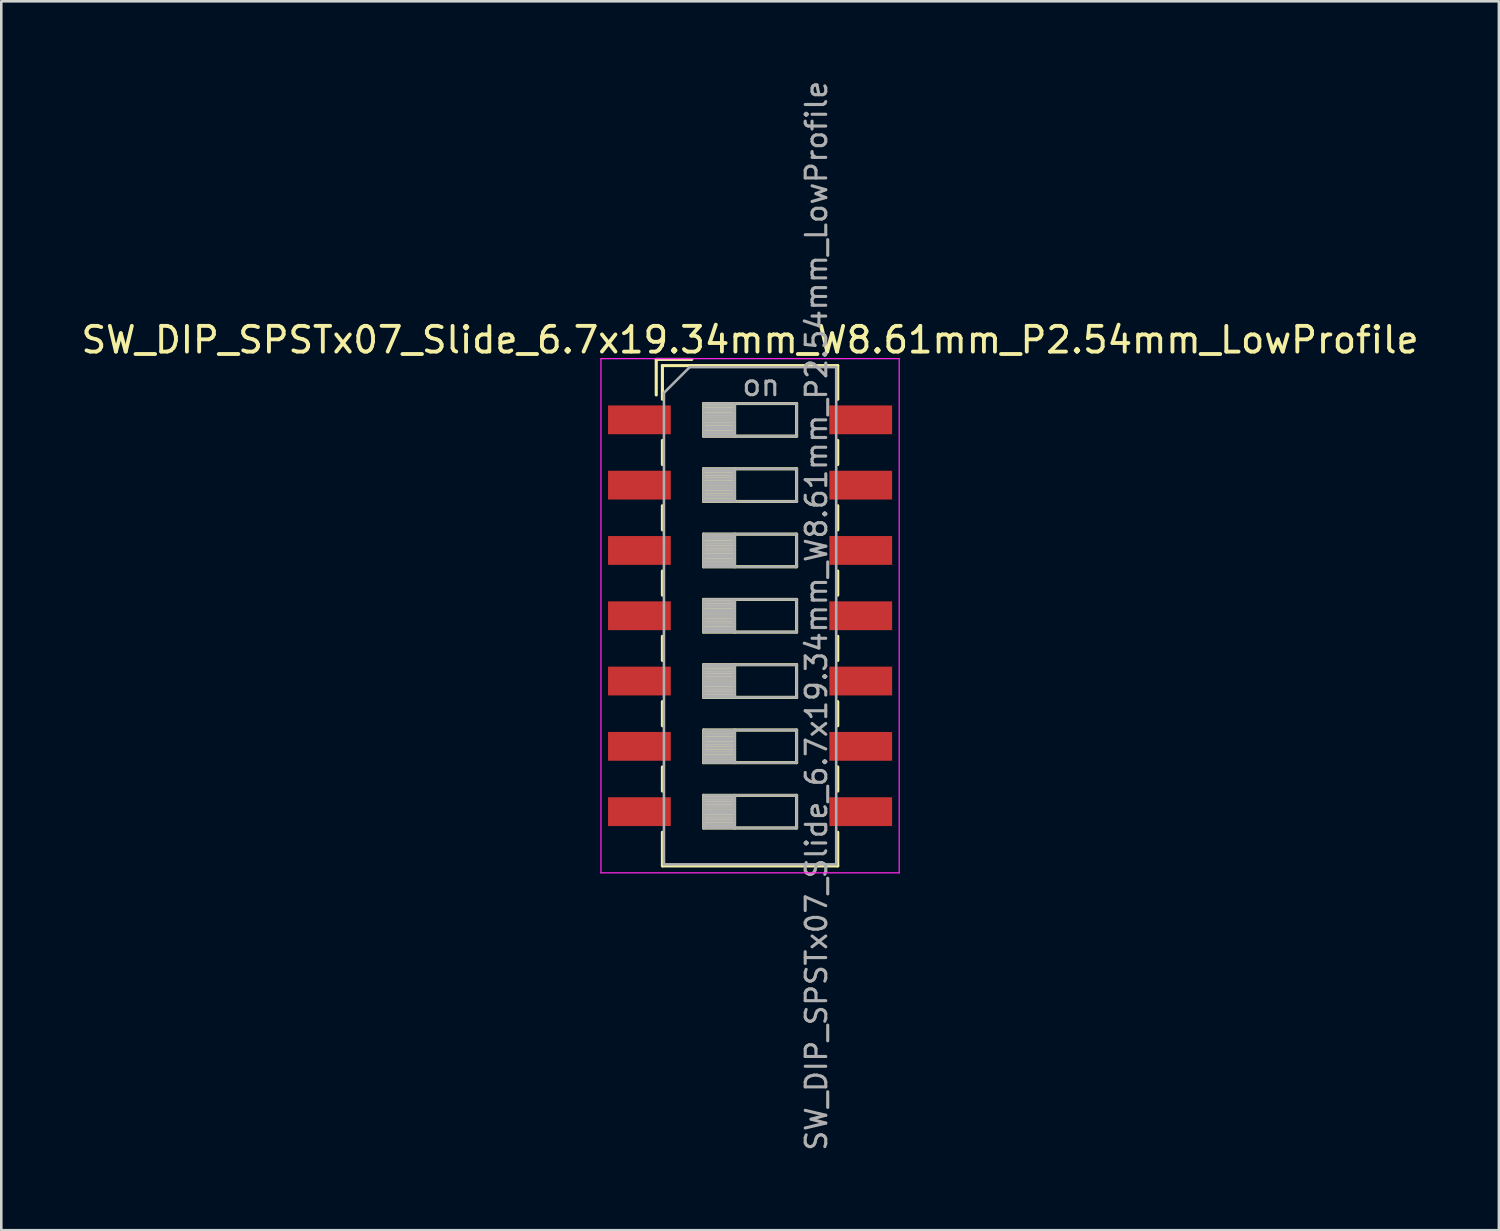
<source format=kicad_pcb>
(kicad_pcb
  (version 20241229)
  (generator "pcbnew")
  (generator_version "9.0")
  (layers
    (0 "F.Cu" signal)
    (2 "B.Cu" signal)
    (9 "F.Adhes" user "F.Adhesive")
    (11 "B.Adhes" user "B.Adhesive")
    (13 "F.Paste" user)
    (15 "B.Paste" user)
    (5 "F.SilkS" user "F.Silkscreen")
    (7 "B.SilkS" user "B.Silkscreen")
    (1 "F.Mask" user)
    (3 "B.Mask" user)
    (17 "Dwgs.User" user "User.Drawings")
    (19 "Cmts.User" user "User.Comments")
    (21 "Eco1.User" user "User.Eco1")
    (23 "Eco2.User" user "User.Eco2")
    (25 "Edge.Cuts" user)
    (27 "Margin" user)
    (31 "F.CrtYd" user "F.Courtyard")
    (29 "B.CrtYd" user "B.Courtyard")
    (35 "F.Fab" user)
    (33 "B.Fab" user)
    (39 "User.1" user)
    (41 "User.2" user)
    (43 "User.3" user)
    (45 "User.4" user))
  (footprint "SW_DIP_SPSTx07_Slide_6.7x19.34mm_W8.61mm_P2.54mm_LowProfile"
    (layer "F.Cu")
    (at 26.125 20.9)
    (property "Reference" "SW_DIP_SPSTx07_Slide_6.7x19.34mm_W8.61mm_P2.54mm_LowProfile" (at 0 -10.73 0) (layer "F.SilkS") (effects (font (size 1 1) (thickness 0.15))))
    (attr smd)
    (fp_line (start -3.65 -9.97) (end -3.65 -8.587) (stroke (width 0.12) (type solid)) (layer "F.SilkS"))
    (fp_line (start -3.65 -9.97) (end -2.267 -9.97) (stroke (width 0.12) (type solid)) (layer "F.SilkS"))
    (fp_line (start -3.41 -9.73) (end -3.41 -8.42) (stroke (width 0.12) (type solid)) (layer "F.SilkS"))
    (fp_line (start -3.41 -9.73) (end 3.41 -9.73) (stroke (width 0.12) (type solid)) (layer "F.SilkS"))
    (fp_line (start -3.41 -6.82) (end -3.41 -5.88) (stroke (width 0.12) (type solid)) (layer "F.SilkS"))
    (fp_line (start -3.41 -4.28) (end -3.41 -3.34) (stroke (width 0.12) (type solid)) (layer "F.SilkS"))
    (fp_line (start -3.41 -1.74) (end -3.41 -0.8) (stroke (width 0.12) (type solid)) (layer "F.SilkS"))
    (fp_line (start -3.41 0.8) (end -3.41 1.74) (stroke (width 0.12) (type solid)) (layer "F.SilkS"))
    (fp_line (start -3.41 3.34) (end -3.41 4.28) (stroke (width 0.12) (type solid)) (layer "F.SilkS"))
    (fp_line (start -3.41 5.88) (end -3.41 6.82) (stroke (width 0.12) (type solid)) (layer "F.SilkS"))
    (fp_line (start -3.41 8.42) (end -3.41 9.73) (stroke (width 0.12) (type solid)) (layer "F.SilkS"))
    (fp_line (start -3.41 9.73) (end 3.41 9.73) (stroke (width 0.12) (type solid)) (layer "F.SilkS"))
    (fp_line (start -1.81 -8.255) (end -1.81 -6.985) (stroke (width 0.12) (type solid)) (layer "F.SilkS"))
    (fp_line (start -1.81 -8.135) (end -0.603 -8.135) (stroke (width 0.12) (type solid)) (layer "F.SilkS"))
    (fp_line (start -1.81 -8.015) (end -0.603 -8.015) (stroke (width 0.12) (type solid)) (layer "F.SilkS"))
    (fp_line (start -1.81 -7.895) (end -0.603 -7.895) (stroke (width 0.12) (type solid)) (layer "F.SilkS"))
    (fp_line (start -1.81 -7.775) (end -0.603 -7.775) (stroke (width 0.12) (type solid)) (layer "F.SilkS"))
    (fp_line (start -1.81 -7.655) (end -0.603 -7.655) (stroke (width 0.12) (type solid)) (layer "F.SilkS"))
    (fp_line (start -1.81 -7.535) (end -0.603 -7.535) (stroke (width 0.12) (type solid)) (layer "F.SilkS"))
    (fp_line (start -1.81 -7.415) (end -0.603 -7.415) (stroke (width 0.12) (type solid)) (layer "F.SilkS"))
    (fp_line (start -1.81 -7.295) (end -0.603 -7.295) (stroke (width 0.12) (type solid)) (layer "F.SilkS"))
    (fp_line (start -1.81 -7.175) (end -0.603 -7.175) (stroke (width 0.12) (type solid)) (layer "F.SilkS"))
    (fp_line (start -1.81 -7.055) (end -0.603 -7.055) (stroke (width 0.12) (type solid)) (layer "F.SilkS"))
    (fp_line (start -1.81 -6.985) (end 1.81 -6.985) (stroke (width 0.12) (type solid)) (layer "F.SilkS"))
    (fp_line (start -1.81 -5.715) (end -1.81 -4.445) (stroke (width 0.12) (type solid)) (layer "F.SilkS"))
    (fp_line (start -1.81 -5.595) (end -0.603 -5.595) (stroke (width 0.12) (type solid)) (layer "F.SilkS"))
    (fp_line (start -1.81 -5.475) (end -0.603 -5.475) (stroke (width 0.12) (type solid)) (layer "F.SilkS"))
    (fp_line (start -1.81 -5.355) (end -0.603 -5.355) (stroke (width 0.12) (type solid)) (layer "F.SilkS"))
    (fp_line (start -1.81 -5.235) (end -0.603 -5.235) (stroke (width 0.12) (type solid)) (layer "F.SilkS"))
    (fp_line (start -1.81 -5.115) (end -0.603 -5.115) (stroke (width 0.12) (type solid)) (layer "F.SilkS"))
    (fp_line (start -1.81 -4.995) (end -0.603 -4.995) (stroke (width 0.12) (type solid)) (layer "F.SilkS"))
    (fp_line (start -1.81 -4.875) (end -0.603 -4.875) (stroke (width 0.12) (type solid)) (layer "F.SilkS"))
    (fp_line (start -1.81 -4.755) (end -0.603 -4.755) (stroke (width 0.12) (type solid)) (layer "F.SilkS"))
    (fp_line (start -1.81 -4.635) (end -0.603 -4.635) (stroke (width 0.12) (type solid)) (layer "F.SilkS"))
    (fp_line (start -1.81 -4.515) (end -0.603 -4.515) (stroke (width 0.12) (type solid)) (layer "F.SilkS"))
    (fp_line (start -1.81 -4.445) (end 1.81 -4.445) (stroke (width 0.12) (type solid)) (layer "F.SilkS"))
    (fp_line (start -1.81 -3.175) (end -1.81 -1.905) (stroke (width 0.12) (type solid)) (layer "F.SilkS"))
    (fp_line (start -1.81 -3.055) (end -0.603 -3.055) (stroke (width 0.12) (type solid)) (layer "F.SilkS"))
    (fp_line (start -1.81 -2.935) (end -0.603 -2.935) (stroke (width 0.12) (type solid)) (layer "F.SilkS"))
    (fp_line (start -1.81 -2.815) (end -0.603 -2.815) (stroke (width 0.12) (type solid)) (layer "F.SilkS"))
    (fp_line (start -1.81 -2.695) (end -0.603 -2.695) (stroke (width 0.12) (type solid)) (layer "F.SilkS"))
    (fp_line (start -1.81 -2.575) (end -0.603 -2.575) (stroke (width 0.12) (type solid)) (layer "F.SilkS"))
    (fp_line (start -1.81 -2.455) (end -0.603 -2.455) (stroke (width 0.12) (type solid)) (layer "F.SilkS"))
    (fp_line (start -1.81 -2.335) (end -0.603 -2.335) (stroke (width 0.12) (type solid)) (layer "F.SilkS"))
    (fp_line (start -1.81 -2.215) (end -0.603 -2.215) (stroke (width 0.12) (type solid)) (layer "F.SilkS"))
    (fp_line (start -1.81 -2.095) (end -0.603 -2.095) (stroke (width 0.12) (type solid)) (layer "F.SilkS"))
    (fp_line (start -1.81 -1.975) (end -0.603 -1.975) (stroke (width 0.12) (type solid)) (layer "F.SilkS"))
    (fp_line (start -1.81 -1.905) (end 1.81 -1.905) (stroke (width 0.12) (type solid)) (layer "F.SilkS"))
    (fp_line (start -1.81 -0.635) (end -1.81 0.635) (stroke (width 0.12) (type solid)) (layer "F.SilkS"))
    (fp_line (start -1.81 -0.515) (end -0.603 -0.515) (stroke (width 0.12) (type solid)) (layer "F.SilkS"))
    (fp_line (start -1.81 -0.395) (end -0.603 -0.395) (stroke (width 0.12) (type solid)) (layer "F.SilkS"))
    (fp_line (start -1.81 -0.275) (end -0.603 -0.275) (stroke (width 0.12) (type solid)) (layer "F.SilkS"))
    (fp_line (start -1.81 -0.155) (end -0.603 -0.155) (stroke (width 0.12) (type solid)) (layer "F.SilkS"))
    (fp_line (start -1.81 -0.035) (end -0.603 -0.035) (stroke (width 0.12) (type solid)) (layer "F.SilkS"))
    (fp_line (start -1.81 0.085) (end -0.603 0.085) (stroke (width 0.12) (type solid)) (layer "F.SilkS"))
    (fp_line (start -1.81 0.205) (end -0.603 0.205) (stroke (width 0.12) (type solid)) (layer "F.SilkS"))
    (fp_line (start -1.81 0.325) (end -0.603 0.325) (stroke (width 0.12) (type solid)) (layer "F.SilkS"))
    (fp_line (start -1.81 0.445) (end -0.603 0.445) (stroke (width 0.12) (type solid)) (layer "F.SilkS"))
    (fp_line (start -1.81 0.565) (end -0.603 0.565) (stroke (width 0.12) (type solid)) (layer "F.SilkS"))
    (fp_line (start -1.81 0.635) (end 1.81 0.635) (stroke (width 0.12) (type solid)) (layer "F.SilkS"))
    (fp_line (start -1.81 1.905) (end -1.81 3.175) (stroke (width 0.12) (type solid)) (layer "F.SilkS"))
    (fp_line (start -1.81 2.025) (end -0.603 2.025) (stroke (width 0.12) (type solid)) (layer "F.SilkS"))
    (fp_line (start -1.81 2.145) (end -0.603 2.145) (stroke (width 0.12) (type solid)) (layer "F.SilkS"))
    (fp_line (start -1.81 2.265) (end -0.603 2.265) (stroke (width 0.12) (type solid)) (layer "F.SilkS"))
    (fp_line (start -1.81 2.385) (end -0.603 2.385) (stroke (width 0.12) (type solid)) (layer "F.SilkS"))
    (fp_line (start -1.81 2.505) (end -0.603 2.505) (stroke (width 0.12) (type solid)) (layer "F.SilkS"))
    (fp_line (start -1.81 2.625) (end -0.603 2.625) (stroke (width 0.12) (type solid)) (layer "F.SilkS"))
    (fp_line (start -1.81 2.745) (end -0.603 2.745) (stroke (width 0.12) (type solid)) (layer "F.SilkS"))
    (fp_line (start -1.81 2.865) (end -0.603 2.865) (stroke (width 0.12) (type solid)) (layer "F.SilkS"))
    (fp_line (start -1.81 2.985) (end -0.603 2.985) (stroke (width 0.12) (type solid)) (layer "F.SilkS"))
    (fp_line (start -1.81 3.105) (end -0.603 3.105) (stroke (width 0.12) (type solid)) (layer "F.SilkS"))
    (fp_line (start -1.81 3.175) (end 1.81 3.175) (stroke (width 0.12) (type solid)) (layer "F.SilkS"))
    (fp_line (start -1.81 4.445) (end -1.81 5.715) (stroke (width 0.12) (type solid)) (layer "F.SilkS"))
    (fp_line (start -1.81 4.565) (end -0.603 4.565) (stroke (width 0.12) (type solid)) (layer "F.SilkS"))
    (fp_line (start -1.81 4.685) (end -0.603 4.685) (stroke (width 0.12) (type solid)) (layer "F.SilkS"))
    (fp_line (start -1.81 4.805) (end -0.603 4.805) (stroke (width 0.12) (type solid)) (layer "F.SilkS"))
    (fp_line (start -1.81 4.925) (end -0.603 4.925) (stroke (width 0.12) (type solid)) (layer "F.SilkS"))
    (fp_line (start -1.81 5.045) (end -0.603 5.045) (stroke (width 0.12) (type solid)) (layer "F.SilkS"))
    (fp_line (start -1.81 5.165) (end -0.603 5.165) (stroke (width 0.12) (type solid)) (layer "F.SilkS"))
    (fp_line (start -1.81 5.285) (end -0.603 5.285) (stroke (width 0.12) (type solid)) (layer "F.SilkS"))
    (fp_line (start -1.81 5.405) (end -0.603 5.405) (stroke (width 0.12) (type solid)) (layer "F.SilkS"))
    (fp_line (start -1.81 5.525) (end -0.603 5.525) (stroke (width 0.12) (type solid)) (layer "F.SilkS"))
    (fp_line (start -1.81 5.645) (end -0.603 5.645) (stroke (width 0.12) (type solid)) (layer "F.SilkS"))
    (fp_line (start -1.81 5.715) (end 1.81 5.715) (stroke (width 0.12) (type solid)) (layer "F.SilkS"))
    (fp_line (start -1.81 6.985) (end -1.81 8.255) (stroke (width 0.12) (type solid)) (layer "F.SilkS"))
    (fp_line (start -1.81 7.105) (end -0.603 7.105) (stroke (width 0.12) (type solid)) (layer "F.SilkS"))
    (fp_line (start -1.81 7.225) (end -0.603 7.225) (stroke (width 0.12) (type solid)) (layer "F.SilkS"))
    (fp_line (start -1.81 7.345) (end -0.603 7.345) (stroke (width 0.12) (type solid)) (layer "F.SilkS"))
    (fp_line (start -1.81 7.465) (end -0.603 7.465) (stroke (width 0.12) (type solid)) (layer "F.SilkS"))
    (fp_line (start -1.81 7.585) (end -0.603 7.585) (stroke (width 0.12) (type solid)) (layer "F.SilkS"))
    (fp_line (start -1.81 7.705) (end -0.603 7.705) (stroke (width 0.12) (type solid)) (layer "F.SilkS"))
    (fp_line (start -1.81 7.825) (end -0.603 7.825) (stroke (width 0.12) (type solid)) (layer "F.SilkS"))
    (fp_line (start -1.81 7.945) (end -0.603 7.945) (stroke (width 0.12) (type solid)) (layer "F.SilkS"))
    (fp_line (start -1.81 8.065) (end -0.603 8.065) (stroke (width 0.12) (type solid)) (layer "F.SilkS"))
    (fp_line (start -1.81 8.185) (end -0.603 8.185) (stroke (width 0.12) (type solid)) (layer "F.SilkS"))
    (fp_line (start -1.81 8.255) (end 1.81 8.255) (stroke (width 0.12) (type solid)) (layer "F.SilkS"))
    (fp_line (start -0.603 -8.255) (end -0.603 -6.985) (stroke (width 0.12) (type solid)) (layer "F.SilkS"))
    (fp_line (start -0.603 -5.715) (end -0.603 -4.445) (stroke (width 0.12) (type solid)) (layer "F.SilkS"))
    (fp_line (start -0.603 -3.175) (end -0.603 -1.905) (stroke (width 0.12) (type solid)) (layer "F.SilkS"))
    (fp_line (start -0.603 -0.635) (end -0.603 0.635) (stroke (width 0.12) (type solid)) (layer "F.SilkS"))
    (fp_line (start -0.603 1.905) (end -0.603 3.175) (stroke (width 0.12) (type solid)) (layer "F.SilkS"))
    (fp_line (start -0.603 4.445) (end -0.603 5.715) (stroke (width 0.12) (type solid)) (layer "F.SilkS"))
    (fp_line (start -0.603 6.985) (end -0.603 8.255) (stroke (width 0.12) (type solid)) (layer "F.SilkS"))
    (fp_line (start 1.81 -8.255) (end -1.81 -8.255) (stroke (width 0.12) (type solid)) (layer "F.SilkS"))
    (fp_line (start 1.81 -6.985) (end 1.81 -8.255) (stroke (width 0.12) (type solid)) (layer "F.SilkS"))
    (fp_line (start 1.81 -5.715) (end -1.81 -5.715) (stroke (width 0.12) (type solid)) (layer "F.SilkS"))
    (fp_line (start 1.81 -4.445) (end 1.81 -5.715) (stroke (width 0.12) (type solid)) (layer "F.SilkS"))
    (fp_line (start 1.81 -3.175) (end -1.81 -3.175) (stroke (width 0.12) (type solid)) (layer "F.SilkS"))
    (fp_line (start 1.81 -1.905) (end 1.81 -3.175) (stroke (width 0.12) (type solid)) (layer "F.SilkS"))
    (fp_line (start 1.81 -0.635) (end -1.81 -0.635) (stroke (width 0.12) (type solid)) (layer "F.SilkS"))
    (fp_line (start 1.81 0.635) (end 1.81 -0.635) (stroke (width 0.12) (type solid)) (layer "F.SilkS"))
    (fp_line (start 1.81 1.905) (end -1.81 1.905) (stroke (width 0.12) (type solid)) (layer "F.SilkS"))
    (fp_line (start 1.81 3.175) (end 1.81 1.905) (stroke (width 0.12) (type solid)) (layer "F.SilkS"))
    (fp_line (start 1.81 4.445) (end -1.81 4.445) (stroke (width 0.12) (type solid)) (layer "F.SilkS"))
    (fp_line (start 1.81 5.715) (end 1.81 4.445) (stroke (width 0.12) (type solid)) (layer "F.SilkS"))
    (fp_line (start 1.81 6.985) (end -1.81 6.985) (stroke (width 0.12) (type solid)) (layer "F.SilkS"))
    (fp_line (start 1.81 8.255) (end 1.81 6.985) (stroke (width 0.12) (type solid)) (layer "F.SilkS"))
    (fp_line (start 3.41 -9.73) (end 3.41 -8.42) (stroke (width 0.12) (type solid)) (layer "F.SilkS"))
    (fp_line (start 3.41 -6.82) (end 3.41 -5.88) (stroke (width 0.12) (type solid)) (layer "F.SilkS"))
    (fp_line (start 3.41 -4.28) (end 3.41 -3.34) (stroke (width 0.12) (type solid)) (layer "F.SilkS"))
    (fp_line (start 3.41 -1.74) (end 3.41 -0.8) (stroke (width 0.12) (type solid)) (layer "F.SilkS"))
    (fp_line (start 3.41 0.8) (end 3.41 1.74) (stroke (width 0.12) (type solid)) (layer "F.SilkS"))
    (fp_line (start 3.41 3.34) (end 3.41 4.28) (stroke (width 0.12) (type solid)) (layer "F.SilkS"))
    (fp_line (start 3.41 5.88) (end 3.41 6.82) (stroke (width 0.12) (type solid)) (layer "F.SilkS"))
    (fp_line (start 3.41 8.42) (end 3.41 9.73) (stroke (width 0.12) (type solid)) (layer "F.SilkS"))
    (fp_line (start -5.8 -10) (end -5.8 10) (stroke (width 0.05) (type solid)) (layer "F.CrtYd"))
    (fp_line (start -5.8 10) (end 5.8 10) (stroke (width 0.05) (type solid)) (layer "F.CrtYd"))
    (fp_line (start 5.8 -10) (end -5.8 -10) (stroke (width 0.05) (type solid)) (layer "F.CrtYd"))
    (fp_line (start 5.8 10) (end 5.8 -10) (stroke (width 0.05) (type solid)) (layer "F.CrtYd"))
    (fp_line (start -3.35 -8.67) (end -2.35 -9.67) (stroke (width 0.1) (type solid)) (layer "F.Fab"))
    (fp_line (start -3.35 9.67) (end -3.35 -8.67) (stroke (width 0.1) (type solid)) (layer "F.Fab"))
    (fp_line (start -2.35 -9.67) (end 3.35 -9.67) (stroke (width 0.1) (type solid)) (layer "F.Fab"))
    (fp_line (start -1.81 -8.255) (end -1.81 -6.985) (stroke (width 0.1) (type solid)) (layer "F.Fab"))
    (fp_line (start -1.81 -8.155) (end -0.603 -8.155) (stroke (width 0.1) (type solid)) (layer "F.Fab"))
    (fp_line (start -1.81 -8.055) (end -0.603 -8.055) (stroke (width 0.1) (type solid)) (layer "F.Fab"))
    (fp_line (start -1.81 -7.955) (end -0.603 -7.955) (stroke (width 0.1) (type solid)) (layer "F.Fab"))
    (fp_line (start -1.81 -7.855) (end -0.603 -7.855) (stroke (width 0.1) (type solid)) (layer "F.Fab"))
    (fp_line (start -1.81 -7.755) (end -0.603 -7.755) (stroke (width 0.1) (type solid)) (layer "F.Fab"))
    (fp_line (start -1.81 -7.655) (end -0.603 -7.655) (stroke (width 0.1) (type solid)) (layer "F.Fab"))
    (fp_line (start -1.81 -7.555) (end -0.603 -7.555) (stroke (width 0.1) (type solid)) (layer "F.Fab"))
    (fp_line (start -1.81 -7.455) (end -0.603 -7.455) (stroke (width 0.1) (type solid)) (layer "F.Fab"))
    (fp_line (start -1.81 -7.355) (end -0.603 -7.355) (stroke (width 0.1) (type solid)) (layer "F.Fab"))
    (fp_line (start -1.81 -7.255) (end -0.603 -7.255) (stroke (width 0.1) (type solid)) (layer "F.Fab"))
    (fp_line (start -1.81 -7.155) (end -0.603 -7.155) (stroke (width 0.1) (type solid)) (layer "F.Fab"))
    (fp_line (start -1.81 -7.055) (end -0.603 -7.055) (stroke (width 0.1) (type solid)) (layer "F.Fab"))
    (fp_line (start -1.81 -6.985) (end 1.81 -6.985) (stroke (width 0.1) (type solid)) (layer "F.Fab"))
    (fp_line (start -1.81 -5.715) (end -1.81 -4.445) (stroke (width 0.1) (type solid)) (layer "F.Fab"))
    (fp_line (start -1.81 -5.615) (end -0.603 -5.615) (stroke (width 0.1) (type solid)) (layer "F.Fab"))
    (fp_line (start -1.81 -5.515) (end -0.603 -5.515) (stroke (width 0.1) (type solid)) (layer "F.Fab"))
    (fp_line (start -1.81 -5.415) (end -0.603 -5.415) (stroke (width 0.1) (type solid)) (layer "F.Fab"))
    (fp_line (start -1.81 -5.315) (end -0.603 -5.315) (stroke (width 0.1) (type solid)) (layer "F.Fab"))
    (fp_line (start -1.81 -5.215) (end -0.603 -5.215) (stroke (width 0.1) (type solid)) (layer "F.Fab"))
    (fp_line (start -1.81 -5.115) (end -0.603 -5.115) (stroke (width 0.1) (type solid)) (layer "F.Fab"))
    (fp_line (start -1.81 -5.015) (end -0.603 -5.015) (stroke (width 0.1) (type solid)) (layer "F.Fab"))
    (fp_line (start -1.81 -4.915) (end -0.603 -4.915) (stroke (width 0.1) (type solid)) (layer "F.Fab"))
    (fp_line (start -1.81 -4.815) (end -0.603 -4.815) (stroke (width 0.1) (type solid)) (layer "F.Fab"))
    (fp_line (start -1.81 -4.715) (end -0.603 -4.715) (stroke (width 0.1) (type solid)) (layer "F.Fab"))
    (fp_line (start -1.81 -4.615) (end -0.603 -4.615) (stroke (width 0.1) (type solid)) (layer "F.Fab"))
    (fp_line (start -1.81 -4.515) (end -0.603 -4.515) (stroke (width 0.1) (type solid)) (layer "F.Fab"))
    (fp_line (start -1.81 -4.445) (end 1.81 -4.445) (stroke (width 0.1) (type solid)) (layer "F.Fab"))
    (fp_line (start -1.81 -3.175) (end -1.81 -1.905) (stroke (width 0.1) (type solid)) (layer "F.Fab"))
    (fp_line (start -1.81 -3.075) (end -0.603 -3.075) (stroke (width 0.1) (type solid)) (layer "F.Fab"))
    (fp_line (start -1.81 -2.975) (end -0.603 -2.975) (stroke (width 0.1) (type solid)) (layer "F.Fab"))
    (fp_line (start -1.81 -2.875) (end -0.603 -2.875) (stroke (width 0.1) (type solid)) (layer "F.Fab"))
    (fp_line (start -1.81 -2.775) (end -0.603 -2.775) (stroke (width 0.1) (type solid)) (layer "F.Fab"))
    (fp_line (start -1.81 -2.675) (end -0.603 -2.675) (stroke (width 0.1) (type solid)) (layer "F.Fab"))
    (fp_line (start -1.81 -2.575) (end -0.603 -2.575) (stroke (width 0.1) (type solid)) (layer "F.Fab"))
    (fp_line (start -1.81 -2.475) (end -0.603 -2.475) (stroke (width 0.1) (type solid)) (layer "F.Fab"))
    (fp_line (start -1.81 -2.375) (end -0.603 -2.375) (stroke (width 0.1) (type solid)) (layer "F.Fab"))
    (fp_line (start -1.81 -2.275) (end -0.603 -2.275) (stroke (width 0.1) (type solid)) (layer "F.Fab"))
    (fp_line (start -1.81 -2.175) (end -0.603 -2.175) (stroke (width 0.1) (type solid)) (layer "F.Fab"))
    (fp_line (start -1.81 -2.075) (end -0.603 -2.075) (stroke (width 0.1) (type solid)) (layer "F.Fab"))
    (fp_line (start -1.81 -1.975) (end -0.603 -1.975) (stroke (width 0.1) (type solid)) (layer "F.Fab"))
    (fp_line (start -1.81 -1.905) (end 1.81 -1.905) (stroke (width 0.1) (type solid)) (layer "F.Fab"))
    (fp_line (start -1.81 -0.635) (end -1.81 0.635) (stroke (width 0.1) (type solid)) (layer "F.Fab"))
    (fp_line (start -1.81 -0.535) (end -0.603 -0.535) (stroke (width 0.1) (type solid)) (layer "F.Fab"))
    (fp_line (start -1.81 -0.435) (end -0.603 -0.435) (stroke (width 0.1) (type solid)) (layer "F.Fab"))
    (fp_line (start -1.81 -0.335) (end -0.603 -0.335) (stroke (width 0.1) (type solid)) (layer "F.Fab"))
    (fp_line (start -1.81 -0.235) (end -0.603 -0.235) (stroke (width 0.1) (type solid)) (layer "F.Fab"))
    (fp_line (start -1.81 -0.135) (end -0.603 -0.135) (stroke (width 0.1) (type solid)) (layer "F.Fab"))
    (fp_line (start -1.81 -0.035) (end -0.603 -0.035) (stroke (width 0.1) (type solid)) (layer "F.Fab"))
    (fp_line (start -1.81 0.065) (end -0.603 0.065) (stroke (width 0.1) (type solid)) (layer "F.Fab"))
    (fp_line (start -1.81 0.165) (end -0.603 0.165) (stroke (width 0.1) (type solid)) (layer "F.Fab"))
    (fp_line (start -1.81 0.265) (end -0.603 0.265) (stroke (width 0.1) (type solid)) (layer "F.Fab"))
    (fp_line (start -1.81 0.365) (end -0.603 0.365) (stroke (width 0.1) (type solid)) (layer "F.Fab"))
    (fp_line (start -1.81 0.465) (end -0.603 0.465) (stroke (width 0.1) (type solid)) (layer "F.Fab"))
    (fp_line (start -1.81 0.565) (end -0.603 0.565) (stroke (width 0.1) (type solid)) (layer "F.Fab"))
    (fp_line (start -1.81 0.635) (end 1.81 0.635) (stroke (width 0.1) (type solid)) (layer "F.Fab"))
    (fp_line (start -1.81 1.905) (end -1.81 3.175) (stroke (width 0.1) (type solid)) (layer "F.Fab"))
    (fp_line (start -1.81 2.005) (end -0.603 2.005) (stroke (width 0.1) (type solid)) (layer "F.Fab"))
    (fp_line (start -1.81 2.105) (end -0.603 2.105) (stroke (width 0.1) (type solid)) (layer "F.Fab"))
    (fp_line (start -1.81 2.205) (end -0.603 2.205) (stroke (width 0.1) (type solid)) (layer "F.Fab"))
    (fp_line (start -1.81 2.305) (end -0.603 2.305) (stroke (width 0.1) (type solid)) (layer "F.Fab"))
    (fp_line (start -1.81 2.405) (end -0.603 2.405) (stroke (width 0.1) (type solid)) (layer "F.Fab"))
    (fp_line (start -1.81 2.505) (end -0.603 2.505) (stroke (width 0.1) (type solid)) (layer "F.Fab"))
    (fp_line (start -1.81 2.605) (end -0.603 2.605) (stroke (width 0.1) (type solid)) (layer "F.Fab"))
    (fp_line (start -1.81 2.705) (end -0.603 2.705) (stroke (width 0.1) (type solid)) (layer "F.Fab"))
    (fp_line (start -1.81 2.805) (end -0.603 2.805) (stroke (width 0.1) (type solid)) (layer "F.Fab"))
    (fp_line (start -1.81 2.905) (end -0.603 2.905) (stroke (width 0.1) (type solid)) (layer "F.Fab"))
    (fp_line (start -1.81 3.005) (end -0.603 3.005) (stroke (width 0.1) (type solid)) (layer "F.Fab"))
    (fp_line (start -1.81 3.105) (end -0.603 3.105) (stroke (width 0.1) (type solid)) (layer "F.Fab"))
    (fp_line (start -1.81 3.175) (end 1.81 3.175) (stroke (width 0.1) (type solid)) (layer "F.Fab"))
    (fp_line (start -1.81 4.445) (end -1.81 5.715) (stroke (width 0.1) (type solid)) (layer "F.Fab"))
    (fp_line (start -1.81 4.545) (end -0.603 4.545) (stroke (width 0.1) (type solid)) (layer "F.Fab"))
    (fp_line (start -1.81 4.645) (end -0.603 4.645) (stroke (width 0.1) (type solid)) (layer "F.Fab"))
    (fp_line (start -1.81 4.745) (end -0.603 4.745) (stroke (width 0.1) (type solid)) (layer "F.Fab"))
    (fp_line (start -1.81 4.845) (end -0.603 4.845) (stroke (width 0.1) (type solid)) (layer "F.Fab"))
    (fp_line (start -1.81 4.945) (end -0.603 4.945) (stroke (width 0.1) (type solid)) (layer "F.Fab"))
    (fp_line (start -1.81 5.045) (end -0.603 5.045) (stroke (width 0.1) (type solid)) (layer "F.Fab"))
    (fp_line (start -1.81 5.145) (end -0.603 5.145) (stroke (width 0.1) (type solid)) (layer "F.Fab"))
    (fp_line (start -1.81 5.245) (end -0.603 5.245) (stroke (width 0.1) (type solid)) (layer "F.Fab"))
    (fp_line (start -1.81 5.345) (end -0.603 5.345) (stroke (width 0.1) (type solid)) (layer "F.Fab"))
    (fp_line (start -1.81 5.445) (end -0.603 5.445) (stroke (width 0.1) (type solid)) (layer "F.Fab"))
    (fp_line (start -1.81 5.545) (end -0.603 5.545) (stroke (width 0.1) (type solid)) (layer "F.Fab"))
    (fp_line (start -1.81 5.645) (end -0.603 5.645) (stroke (width 0.1) (type solid)) (layer "F.Fab"))
    (fp_line (start -1.81 5.715) (end 1.81 5.715) (stroke (width 0.1) (type solid)) (layer "F.Fab"))
    (fp_line (start -1.81 6.985) (end -1.81 8.255) (stroke (width 0.1) (type solid)) (layer "F.Fab"))
    (fp_line (start -1.81 7.085) (end -0.603 7.085) (stroke (width 0.1) (type solid)) (layer "F.Fab"))
    (fp_line (start -1.81 7.185) (end -0.603 7.185) (stroke (width 0.1) (type solid)) (layer "F.Fab"))
    (fp_line (start -1.81 7.285) (end -0.603 7.285) (stroke (width 0.1) (type solid)) (layer "F.Fab"))
    (fp_line (start -1.81 7.385) (end -0.603 7.385) (stroke (width 0.1) (type solid)) (layer "F.Fab"))
    (fp_line (start -1.81 7.485) (end -0.603 7.485) (stroke (width 0.1) (type solid)) (layer "F.Fab"))
    (fp_line (start -1.81 7.585) (end -0.603 7.585) (stroke (width 0.1) (type solid)) (layer "F.Fab"))
    (fp_line (start -1.81 7.685) (end -0.603 7.685) (stroke (width 0.1) (type solid)) (layer "F.Fab"))
    (fp_line (start -1.81 7.785) (end -0.603 7.785) (stroke (width 0.1) (type solid)) (layer "F.Fab"))
    (fp_line (start -1.81 7.885) (end -0.603 7.885) (stroke (width 0.1) (type solid)) (layer "F.Fab"))
    (fp_line (start -1.81 7.985) (end -0.603 7.985) (stroke (width 0.1) (type solid)) (layer "F.Fab"))
    (fp_line (start -1.81 8.085) (end -0.603 8.085) (stroke (width 0.1) (type solid)) (layer "F.Fab"))
    (fp_line (start -1.81 8.185) (end -0.603 8.185) (stroke (width 0.1) (type solid)) (layer "F.Fab"))
    (fp_line (start -1.81 8.255) (end 1.81 8.255) (stroke (width 0.1) (type solid)) (layer "F.Fab"))
    (fp_line (start -0.603 -8.255) (end -0.603 -6.985) (stroke (width 0.1) (type solid)) (layer "F.Fab"))
    (fp_line (start -0.603 -5.715) (end -0.603 -4.445) (stroke (width 0.1) (type solid)) (layer "F.Fab"))
    (fp_line (start -0.603 -3.175) (end -0.603 -1.905) (stroke (width 0.1) (type solid)) (layer "F.Fab"))
    (fp_line (start -0.603 -0.635) (end -0.603 0.635) (stroke (width 0.1) (type solid)) (layer "F.Fab"))
    (fp_line (start -0.603 1.905) (end -0.603 3.175) (stroke (width 0.1) (type solid)) (layer "F.Fab"))
    (fp_line (start -0.603 4.445) (end -0.603 5.715) (stroke (width 0.1) (type solid)) (layer "F.Fab"))
    (fp_line (start -0.603 6.985) (end -0.603 8.255) (stroke (width 0.1) (type solid)) (layer "F.Fab"))
    (fp_line (start 1.81 -8.255) (end -1.81 -8.255) (stroke (width 0.1) (type solid)) (layer "F.Fab"))
    (fp_line (start 1.81 -6.985) (end 1.81 -8.255) (stroke (width 0.1) (type solid)) (layer "F.Fab"))
    (fp_line (start 1.81 -5.715) (end -1.81 -5.715) (stroke (width 0.1) (type solid)) (layer "F.Fab"))
    (fp_line (start 1.81 -4.445) (end 1.81 -5.715) (stroke (width 0.1) (type solid)) (layer "F.Fab"))
    (fp_line (start 1.81 -3.175) (end -1.81 -3.175) (stroke (width 0.1) (type solid)) (layer "F.Fab"))
    (fp_line (start 1.81 -1.905) (end 1.81 -3.175) (stroke (width 0.1) (type solid)) (layer "F.Fab"))
    (fp_line (start 1.81 -0.635) (end -1.81 -0.635) (stroke (width 0.1) (type solid)) (layer "F.Fab"))
    (fp_line (start 1.81 0.635) (end 1.81 -0.635) (stroke (width 0.1) (type solid)) (layer "F.Fab"))
    (fp_line (start 1.81 1.905) (end -1.81 1.905) (stroke (width 0.1) (type solid)) (layer "F.Fab"))
    (fp_line (start 1.81 3.175) (end 1.81 1.905) (stroke (width 0.1) (type solid)) (layer "F.Fab"))
    (fp_line (start 1.81 4.445) (end -1.81 4.445) (stroke (width 0.1) (type solid)) (layer "F.Fab"))
    (fp_line (start 1.81 5.715) (end 1.81 4.445) (stroke (width 0.1) (type solid)) (layer "F.Fab"))
    (fp_line (start 1.81 6.985) (end -1.81 6.985) (stroke (width 0.1) (type solid)) (layer "F.Fab"))
    (fp_line (start 1.81 8.255) (end 1.81 6.985) (stroke (width 0.1) (type solid)) (layer "F.Fab"))
    (fp_line (start 3.35 -9.67) (end 3.35 9.67) (stroke (width 0.1) (type solid)) (layer "F.Fab"))
    (fp_line (start 3.35 9.67) (end -3.35 9.67) (stroke (width 0.1) (type solid)) (layer "F.Fab"))
    (fp_text user "${REFERENCE}" (at 2.58 0 90) (layer "F.Fab") (effects (font (size 0.8 0.8) (thickness 0.12))))
    (fp_text user "on" (at 0.427 -8.963 0) (layer "F.Fab") (effects (font (size 0.8 0.8) (thickness 0.12))))
    (pad "1" smd rect (at -4.305 -7.62) (size 2.44 1.12) (layers "F.Cu" "F.Mask" "F.Paste"))
    (pad "2" smd rect (at -4.305 -5.08) (size 2.44 1.12) (layers "F.Cu" "F.Mask" "F.Paste"))
    (pad "3" smd rect (at -4.305 -2.54) (size 2.44 1.12) (layers "F.Cu" "F.Mask" "F.Paste"))
    (pad "4" smd rect (at -4.305 0) (size 2.44 1.12) (layers "F.Cu" "F.Mask" "F.Paste"))
    (pad "5" smd rect (at -4.305 2.54) (size 2.44 1.12) (layers "F.Cu" "F.Mask" "F.Paste"))
    (pad "6" smd rect (at -4.305 5.08) (size 2.44 1.12) (layers "F.Cu" "F.Mask" "F.Paste"))
    (pad "7" smd rect (at -4.305 7.62) (size 2.44 1.12) (layers "F.Cu" "F.Mask" "F.Paste"))
    (pad "8" smd rect (at 4.305 7.62) (size 2.44 1.12) (layers "F.Cu" "F.Mask" "F.Paste"))
    (pad "9" smd rect (at 4.305 5.08) (size 2.44 1.12) (layers "F.Cu" "F.Mask" "F.Paste"))
    (pad "10" smd rect (at 4.305 2.54) (size 2.44 1.12) (layers "F.Cu" "F.Mask" "F.Paste"))
    (pad "11" smd rect (at 4.305 0) (size 2.44 1.12) (layers "F.Cu" "F.Mask" "F.Paste"))
    (pad "12" smd rect (at 4.305 -2.54) (size 2.44 1.12) (layers "F.Cu" "F.Mask" "F.Paste"))
    (pad "13" smd rect (at 4.305 -5.08) (size 2.44 1.12) (layers "F.Cu" "F.Mask" "F.Paste"))
    (pad "14" smd rect (at 4.305 -7.62) (size 2.44 1.12) (layers "F.Cu" "F.Mask" "F.Paste")))
  (gr_rect
    (start -3 -3)
    (end 55.25 44.8)
    (stroke (width 0.1) (type default))
    (fill no)
    (layer "Edge.Cuts")))
</source>
